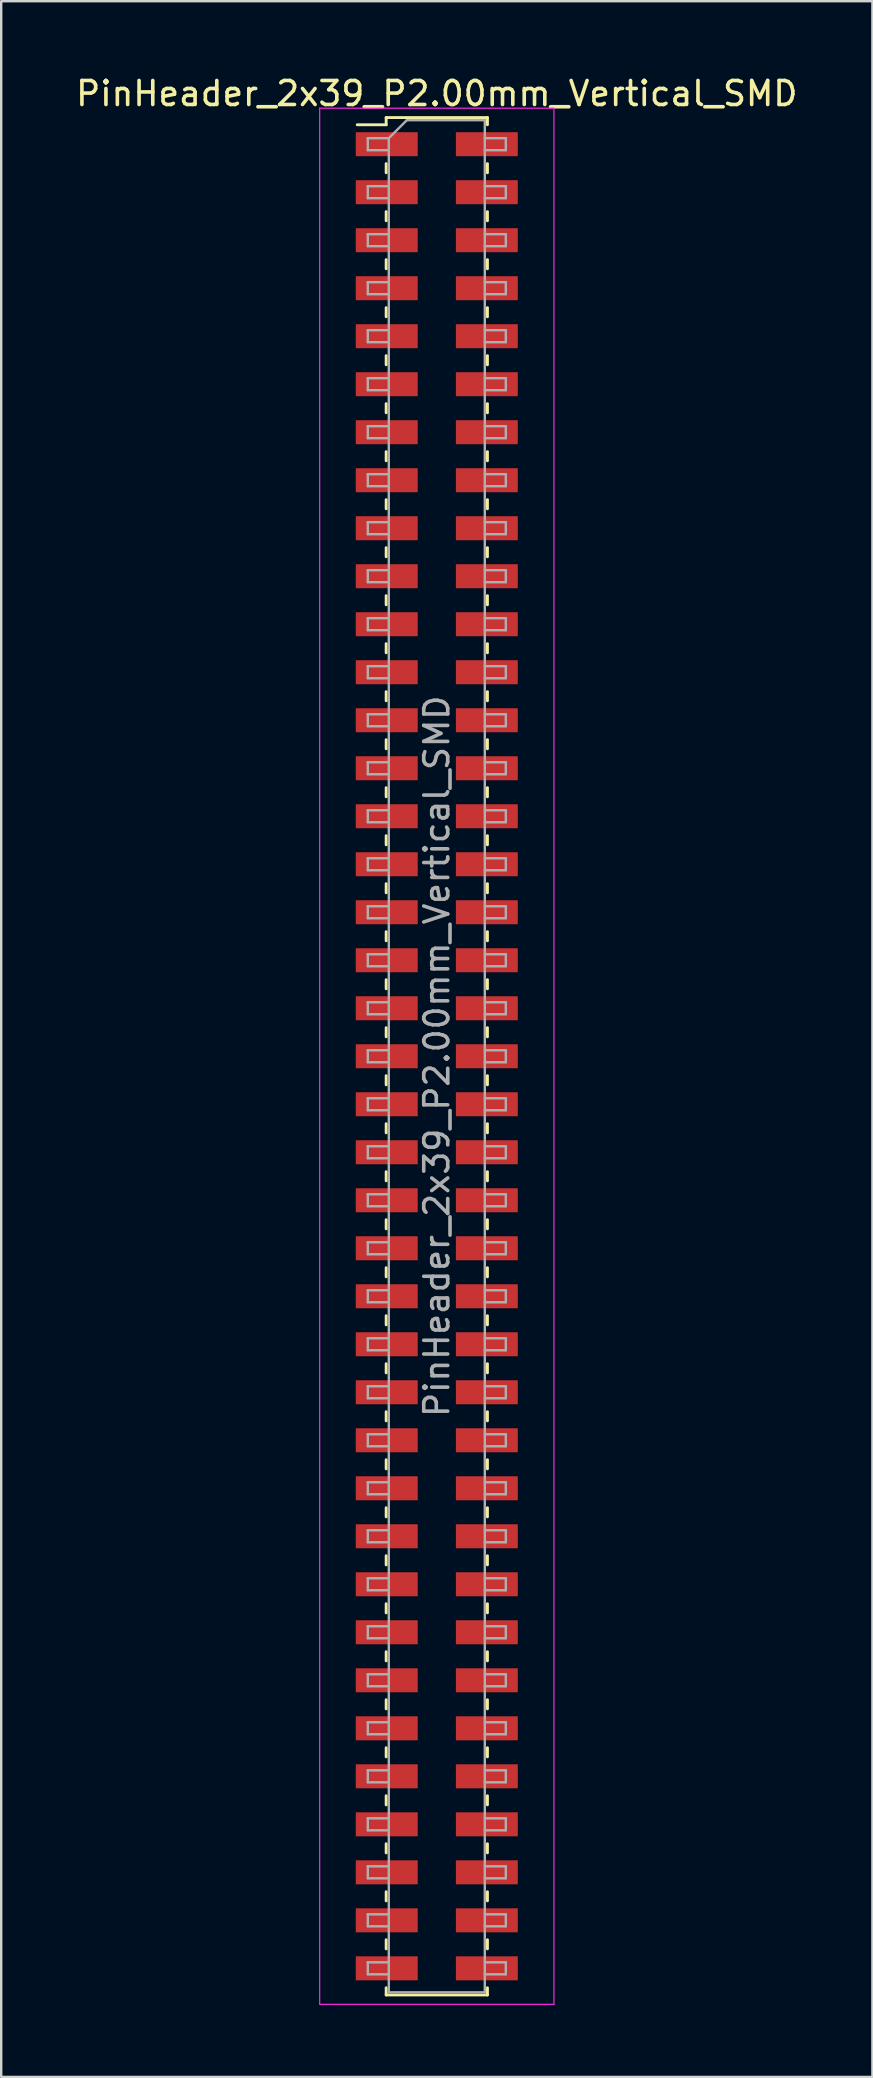
<source format=kicad_pcb>
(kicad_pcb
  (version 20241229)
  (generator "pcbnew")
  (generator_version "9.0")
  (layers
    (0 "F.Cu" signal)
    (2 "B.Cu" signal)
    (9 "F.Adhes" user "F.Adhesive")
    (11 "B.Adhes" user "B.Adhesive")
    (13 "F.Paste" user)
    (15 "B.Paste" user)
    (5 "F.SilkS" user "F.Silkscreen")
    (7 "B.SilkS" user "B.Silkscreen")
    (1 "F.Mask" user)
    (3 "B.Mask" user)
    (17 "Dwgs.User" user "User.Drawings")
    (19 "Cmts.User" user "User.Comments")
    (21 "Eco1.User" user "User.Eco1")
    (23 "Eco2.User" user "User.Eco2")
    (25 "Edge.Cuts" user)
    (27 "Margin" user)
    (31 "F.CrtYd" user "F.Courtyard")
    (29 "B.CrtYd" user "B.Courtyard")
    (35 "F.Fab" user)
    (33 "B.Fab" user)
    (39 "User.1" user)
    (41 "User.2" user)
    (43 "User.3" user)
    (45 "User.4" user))
  (footprint "PinHeader_2x39_P2.00mm_Vertical_SMD"
    (layer "F.Cu")
    (at 15.149 40.958)
    (property "Reference" "PinHeader_2x39_P2.00mm_Vertical_SMD" (at 0 -40.11 0) (layer "F.SilkS") (effects (font (size 1 1) (thickness 0.15))))
    (attr smd)
    (fp_line (start -3.315 -38.81) (end -2.11 -38.81) (stroke (width 0.12) (type solid)) (layer "F.SilkS"))
    (fp_line (start -2.11 -39.11) (end -2.11 -38.81) (stroke (width 0.12) (type solid)) (layer "F.SilkS"))
    (fp_line (start -2.11 -39.11) (end 2.11 -39.11) (stroke (width 0.12) (type solid)) (layer "F.SilkS"))
    (fp_line (start -2.11 -37.19) (end -2.11 -36.81) (stroke (width 0.12) (type solid)) (layer "F.SilkS"))
    (fp_line (start -2.11 -35.19) (end -2.11 -34.81) (stroke (width 0.12) (type solid)) (layer "F.SilkS"))
    (fp_line (start -2.11 -33.19) (end -2.11 -32.81) (stroke (width 0.12) (type solid)) (layer "F.SilkS"))
    (fp_line (start -2.11 -31.19) (end -2.11 -30.81) (stroke (width 0.12) (type solid)) (layer "F.SilkS"))
    (fp_line (start -2.11 -29.19) (end -2.11 -28.81) (stroke (width 0.12) (type solid)) (layer "F.SilkS"))
    (fp_line (start -2.11 -27.19) (end -2.11 -26.81) (stroke (width 0.12) (type solid)) (layer "F.SilkS"))
    (fp_line (start -2.11 -25.19) (end -2.11 -24.81) (stroke (width 0.12) (type solid)) (layer "F.SilkS"))
    (fp_line (start -2.11 -23.19) (end -2.11 -22.81) (stroke (width 0.12) (type solid)) (layer "F.SilkS"))
    (fp_line (start -2.11 -21.19) (end -2.11 -20.81) (stroke (width 0.12) (type solid)) (layer "F.SilkS"))
    (fp_line (start -2.11 -19.19) (end -2.11 -18.81) (stroke (width 0.12) (type solid)) (layer "F.SilkS"))
    (fp_line (start -2.11 -17.19) (end -2.11 -16.81) (stroke (width 0.12) (type solid)) (layer "F.SilkS"))
    (fp_line (start -2.11 -15.19) (end -2.11 -14.81) (stroke (width 0.12) (type solid)) (layer "F.SilkS"))
    (fp_line (start -2.11 -13.19) (end -2.11 -12.81) (stroke (width 0.12) (type solid)) (layer "F.SilkS"))
    (fp_line (start -2.11 -11.19) (end -2.11 -10.81) (stroke (width 0.12) (type solid)) (layer "F.SilkS"))
    (fp_line (start -2.11 -9.19) (end -2.11 -8.81) (stroke (width 0.12) (type solid)) (layer "F.SilkS"))
    (fp_line (start -2.11 -7.19) (end -2.11 -6.81) (stroke (width 0.12) (type solid)) (layer "F.SilkS"))
    (fp_line (start -2.11 -5.19) (end -2.11 -4.81) (stroke (width 0.12) (type solid)) (layer "F.SilkS"))
    (fp_line (start -2.11 -3.19) (end -2.11 -2.81) (stroke (width 0.12) (type solid)) (layer "F.SilkS"))
    (fp_line (start -2.11 -1.19) (end -2.11 -0.81) (stroke (width 0.12) (type solid)) (layer "F.SilkS"))
    (fp_line (start -2.11 0.81) (end -2.11 1.19) (stroke (width 0.12) (type solid)) (layer "F.SilkS"))
    (fp_line (start -2.11 2.81) (end -2.11 3.19) (stroke (width 0.12) (type solid)) (layer "F.SilkS"))
    (fp_line (start -2.11 4.81) (end -2.11 5.19) (stroke (width 0.12) (type solid)) (layer "F.SilkS"))
    (fp_line (start -2.11 6.81) (end -2.11 7.19) (stroke (width 0.12) (type solid)) (layer "F.SilkS"))
    (fp_line (start -2.11 8.81) (end -2.11 9.19) (stroke (width 0.12) (type solid)) (layer "F.SilkS"))
    (fp_line (start -2.11 10.81) (end -2.11 11.19) (stroke (width 0.12) (type solid)) (layer "F.SilkS"))
    (fp_line (start -2.11 12.81) (end -2.11 13.19) (stroke (width 0.12) (type solid)) (layer "F.SilkS"))
    (fp_line (start -2.11 14.81) (end -2.11 15.19) (stroke (width 0.12) (type solid)) (layer "F.SilkS"))
    (fp_line (start -2.11 16.81) (end -2.11 17.19) (stroke (width 0.12) (type solid)) (layer "F.SilkS"))
    (fp_line (start -2.11 18.81) (end -2.11 19.19) (stroke (width 0.12) (type solid)) (layer "F.SilkS"))
    (fp_line (start -2.11 20.81) (end -2.11 21.19) (stroke (width 0.12) (type solid)) (layer "F.SilkS"))
    (fp_line (start -2.11 22.81) (end -2.11 23.19) (stroke (width 0.12) (type solid)) (layer "F.SilkS"))
    (fp_line (start -2.11 24.81) (end -2.11 25.19) (stroke (width 0.12) (type solid)) (layer "F.SilkS"))
    (fp_line (start -2.11 26.81) (end -2.11 27.19) (stroke (width 0.12) (type solid)) (layer "F.SilkS"))
    (fp_line (start -2.11 28.81) (end -2.11 29.19) (stroke (width 0.12) (type solid)) (layer "F.SilkS"))
    (fp_line (start -2.11 30.81) (end -2.11 31.19) (stroke (width 0.12) (type solid)) (layer "F.SilkS"))
    (fp_line (start -2.11 32.81) (end -2.11 33.19) (stroke (width 0.12) (type solid)) (layer "F.SilkS"))
    (fp_line (start -2.11 34.81) (end -2.11 35.19) (stroke (width 0.12) (type solid)) (layer "F.SilkS"))
    (fp_line (start -2.11 36.81) (end -2.11 37.19) (stroke (width 0.12) (type solid)) (layer "F.SilkS"))
    (fp_line (start -2.11 38.81) (end -2.11 39.11) (stroke (width 0.12) (type solid)) (layer "F.SilkS"))
    (fp_line (start -2.11 39.11) (end 2.11 39.11) (stroke (width 0.12) (type solid)) (layer "F.SilkS"))
    (fp_line (start 2.11 -39.11) (end 2.11 -38.81) (stroke (width 0.12) (type solid)) (layer "F.SilkS"))
    (fp_line (start 2.11 -37.19) (end 2.11 -36.81) (stroke (width 0.12) (type solid)) (layer "F.SilkS"))
    (fp_line (start 2.11 -35.19) (end 2.11 -34.81) (stroke (width 0.12) (type solid)) (layer "F.SilkS"))
    (fp_line (start 2.11 -33.19) (end 2.11 -32.81) (stroke (width 0.12) (type solid)) (layer "F.SilkS"))
    (fp_line (start 2.11 -31.19) (end 2.11 -30.81) (stroke (width 0.12) (type solid)) (layer "F.SilkS"))
    (fp_line (start 2.11 -29.19) (end 2.11 -28.81) (stroke (width 0.12) (type solid)) (layer "F.SilkS"))
    (fp_line (start 2.11 -27.19) (end 2.11 -26.81) (stroke (width 0.12) (type solid)) (layer "F.SilkS"))
    (fp_line (start 2.11 -25.19) (end 2.11 -24.81) (stroke (width 0.12) (type solid)) (layer "F.SilkS"))
    (fp_line (start 2.11 -23.19) (end 2.11 -22.81) (stroke (width 0.12) (type solid)) (layer "F.SilkS"))
    (fp_line (start 2.11 -21.19) (end 2.11 -20.81) (stroke (width 0.12) (type solid)) (layer "F.SilkS"))
    (fp_line (start 2.11 -19.19) (end 2.11 -18.81) (stroke (width 0.12) (type solid)) (layer "F.SilkS"))
    (fp_line (start 2.11 -17.19) (end 2.11 -16.81) (stroke (width 0.12) (type solid)) (layer "F.SilkS"))
    (fp_line (start 2.11 -15.19) (end 2.11 -14.81) (stroke (width 0.12) (type solid)) (layer "F.SilkS"))
    (fp_line (start 2.11 -13.19) (end 2.11 -12.81) (stroke (width 0.12) (type solid)) (layer "F.SilkS"))
    (fp_line (start 2.11 -11.19) (end 2.11 -10.81) (stroke (width 0.12) (type solid)) (layer "F.SilkS"))
    (fp_line (start 2.11 -9.19) (end 2.11 -8.81) (stroke (width 0.12) (type solid)) (layer "F.SilkS"))
    (fp_line (start 2.11 -7.19) (end 2.11 -6.81) (stroke (width 0.12) (type solid)) (layer "F.SilkS"))
    (fp_line (start 2.11 -5.19) (end 2.11 -4.81) (stroke (width 0.12) (type solid)) (layer "F.SilkS"))
    (fp_line (start 2.11 -3.19) (end 2.11 -2.81) (stroke (width 0.12) (type solid)) (layer "F.SilkS"))
    (fp_line (start 2.11 -1.19) (end 2.11 -0.81) (stroke (width 0.12) (type solid)) (layer "F.SilkS"))
    (fp_line (start 2.11 0.81) (end 2.11 1.19) (stroke (width 0.12) (type solid)) (layer "F.SilkS"))
    (fp_line (start 2.11 2.81) (end 2.11 3.19) (stroke (width 0.12) (type solid)) (layer "F.SilkS"))
    (fp_line (start 2.11 4.81) (end 2.11 5.19) (stroke (width 0.12) (type solid)) (layer "F.SilkS"))
    (fp_line (start 2.11 6.81) (end 2.11 7.19) (stroke (width 0.12) (type solid)) (layer "F.SilkS"))
    (fp_line (start 2.11 8.81) (end 2.11 9.19) (stroke (width 0.12) (type solid)) (layer "F.SilkS"))
    (fp_line (start 2.11 10.81) (end 2.11 11.19) (stroke (width 0.12) (type solid)) (layer "F.SilkS"))
    (fp_line (start 2.11 12.81) (end 2.11 13.19) (stroke (width 0.12) (type solid)) (layer "F.SilkS"))
    (fp_line (start 2.11 14.81) (end 2.11 15.19) (stroke (width 0.12) (type solid)) (layer "F.SilkS"))
    (fp_line (start 2.11 16.81) (end 2.11 17.19) (stroke (width 0.12) (type solid)) (layer "F.SilkS"))
    (fp_line (start 2.11 18.81) (end 2.11 19.19) (stroke (width 0.12) (type solid)) (layer "F.SilkS"))
    (fp_line (start 2.11 20.81) (end 2.11 21.19) (stroke (width 0.12) (type solid)) (layer "F.SilkS"))
    (fp_line (start 2.11 22.81) (end 2.11 23.19) (stroke (width 0.12) (type solid)) (layer "F.SilkS"))
    (fp_line (start 2.11 24.81) (end 2.11 25.19) (stroke (width 0.12) (type solid)) (layer "F.SilkS"))
    (fp_line (start 2.11 26.81) (end 2.11 27.19) (stroke (width 0.12) (type solid)) (layer "F.SilkS"))
    (fp_line (start 2.11 28.81) (end 2.11 29.19) (stroke (width 0.12) (type solid)) (layer "F.SilkS"))
    (fp_line (start 2.11 30.81) (end 2.11 31.19) (stroke (width 0.12) (type solid)) (layer "F.SilkS"))
    (fp_line (start 2.11 32.81) (end 2.11 33.19) (stroke (width 0.12) (type solid)) (layer "F.SilkS"))
    (fp_line (start 2.11 34.81) (end 2.11 35.19) (stroke (width 0.12) (type solid)) (layer "F.SilkS"))
    (fp_line (start 2.11 36.81) (end 2.11 37.19) (stroke (width 0.12) (type solid)) (layer "F.SilkS"))
    (fp_line (start 2.11 38.81) (end 2.11 39.11) (stroke (width 0.12) (type solid)) (layer "F.SilkS"))
    (fp_line (start -4.88 -39.5) (end -4.88 39.5) (stroke (width 0.05) (type solid)) (layer "F.CrtYd"))
    (fp_line (start -4.88 39.5) (end 4.88 39.5) (stroke (width 0.05) (type solid)) (layer "F.CrtYd"))
    (fp_line (start 4.88 -39.5) (end -4.88 -39.5) (stroke (width 0.05) (type solid)) (layer "F.CrtYd"))
    (fp_line (start 4.88 39.5) (end 4.88 -39.5) (stroke (width 0.05) (type solid)) (layer "F.CrtYd"))
    (fp_line (start -2.875 -38.25) (end -2.875 -37.75) (stroke (width 0.1) (type solid)) (layer "F.Fab"))
    (fp_line (start -2.875 -37.75) (end -2 -37.75) (stroke (width 0.1) (type solid)) (layer "F.Fab"))
    (fp_line (start -2.875 -36.25) (end -2.875 -35.75) (stroke (width 0.1) (type solid)) (layer "F.Fab"))
    (fp_line (start -2.875 -35.75) (end -2 -35.75) (stroke (width 0.1) (type solid)) (layer "F.Fab"))
    (fp_line (start -2.875 -34.25) (end -2.875 -33.75) (stroke (width 0.1) (type solid)) (layer "F.Fab"))
    (fp_line (start -2.875 -33.75) (end -2 -33.75) (stroke (width 0.1) (type solid)) (layer "F.Fab"))
    (fp_line (start -2.875 -32.25) (end -2.875 -31.75) (stroke (width 0.1) (type solid)) (layer "F.Fab"))
    (fp_line (start -2.875 -31.75) (end -2 -31.75) (stroke (width 0.1) (type solid)) (layer "F.Fab"))
    (fp_line (start -2.875 -30.25) (end -2.875 -29.75) (stroke (width 0.1) (type solid)) (layer "F.Fab"))
    (fp_line (start -2.875 -29.75) (end -2 -29.75) (stroke (width 0.1) (type solid)) (layer "F.Fab"))
    (fp_line (start -2.875 -28.25) (end -2.875 -27.75) (stroke (width 0.1) (type solid)) (layer "F.Fab"))
    (fp_line (start -2.875 -27.75) (end -2 -27.75) (stroke (width 0.1) (type solid)) (layer "F.Fab"))
    (fp_line (start -2.875 -26.25) (end -2.875 -25.75) (stroke (width 0.1) (type solid)) (layer "F.Fab"))
    (fp_line (start -2.875 -25.75) (end -2 -25.75) (stroke (width 0.1) (type solid)) (layer "F.Fab"))
    (fp_line (start -2.875 -24.25) (end -2.875 -23.75) (stroke (width 0.1) (type solid)) (layer "F.Fab"))
    (fp_line (start -2.875 -23.75) (end -2 -23.75) (stroke (width 0.1) (type solid)) (layer "F.Fab"))
    (fp_line (start -2.875 -22.25) (end -2.875 -21.75) (stroke (width 0.1) (type solid)) (layer "F.Fab"))
    (fp_line (start -2.875 -21.75) (end -2 -21.75) (stroke (width 0.1) (type solid)) (layer "F.Fab"))
    (fp_line (start -2.875 -20.25) (end -2.875 -19.75) (stroke (width 0.1) (type solid)) (layer "F.Fab"))
    (fp_line (start -2.875 -19.75) (end -2 -19.75) (stroke (width 0.1) (type solid)) (layer "F.Fab"))
    (fp_line (start -2.875 -18.25) (end -2.875 -17.75) (stroke (width 0.1) (type solid)) (layer "F.Fab"))
    (fp_line (start -2.875 -17.75) (end -2 -17.75) (stroke (width 0.1) (type solid)) (layer "F.Fab"))
    (fp_line (start -2.875 -16.25) (end -2.875 -15.75) (stroke (width 0.1) (type solid)) (layer "F.Fab"))
    (fp_line (start -2.875 -15.75) (end -2 -15.75) (stroke (width 0.1) (type solid)) (layer "F.Fab"))
    (fp_line (start -2.875 -14.25) (end -2.875 -13.75) (stroke (width 0.1) (type solid)) (layer "F.Fab"))
    (fp_line (start -2.875 -13.75) (end -2 -13.75) (stroke (width 0.1) (type solid)) (layer "F.Fab"))
    (fp_line (start -2.875 -12.25) (end -2.875 -11.75) (stroke (width 0.1) (type solid)) (layer "F.Fab"))
    (fp_line (start -2.875 -11.75) (end -2 -11.75) (stroke (width 0.1) (type solid)) (layer "F.Fab"))
    (fp_line (start -2.875 -10.25) (end -2.875 -9.75) (stroke (width 0.1) (type solid)) (layer "F.Fab"))
    (fp_line (start -2.875 -9.75) (end -2 -9.75) (stroke (width 0.1) (type solid)) (layer "F.Fab"))
    (fp_line (start -2.875 -8.25) (end -2.875 -7.75) (stroke (width 0.1) (type solid)) (layer "F.Fab"))
    (fp_line (start -2.875 -7.75) (end -2 -7.75) (stroke (width 0.1) (type solid)) (layer "F.Fab"))
    (fp_line (start -2.875 -6.25) (end -2.875 -5.75) (stroke (width 0.1) (type solid)) (layer "F.Fab"))
    (fp_line (start -2.875 -5.75) (end -2 -5.75) (stroke (width 0.1) (type solid)) (layer "F.Fab"))
    (fp_line (start -2.875 -4.25) (end -2.875 -3.75) (stroke (width 0.1) (type solid)) (layer "F.Fab"))
    (fp_line (start -2.875 -3.75) (end -2 -3.75) (stroke (width 0.1) (type solid)) (layer "F.Fab"))
    (fp_line (start -2.875 -2.25) (end -2.875 -1.75) (stroke (width 0.1) (type solid)) (layer "F.Fab"))
    (fp_line (start -2.875 -1.75) (end -2 -1.75) (stroke (width 0.1) (type solid)) (layer "F.Fab"))
    (fp_line (start -2.875 -0.25) (end -2.875 0.25) (stroke (width 0.1) (type solid)) (layer "F.Fab"))
    (fp_line (start -2.875 0.25) (end -2 0.25) (stroke (width 0.1) (type solid)) (layer "F.Fab"))
    (fp_line (start -2.875 1.75) (end -2.875 2.25) (stroke (width 0.1) (type solid)) (layer "F.Fab"))
    (fp_line (start -2.875 2.25) (end -2 2.25) (stroke (width 0.1) (type solid)) (layer "F.Fab"))
    (fp_line (start -2.875 3.75) (end -2.875 4.25) (stroke (width 0.1) (type solid)) (layer "F.Fab"))
    (fp_line (start -2.875 4.25) (end -2 4.25) (stroke (width 0.1) (type solid)) (layer "F.Fab"))
    (fp_line (start -2.875 5.75) (end -2.875 6.25) (stroke (width 0.1) (type solid)) (layer "F.Fab"))
    (fp_line (start -2.875 6.25) (end -2 6.25) (stroke (width 0.1) (type solid)) (layer "F.Fab"))
    (fp_line (start -2.875 7.75) (end -2.875 8.25) (stroke (width 0.1) (type solid)) (layer "F.Fab"))
    (fp_line (start -2.875 8.25) (end -2 8.25) (stroke (width 0.1) (type solid)) (layer "F.Fab"))
    (fp_line (start -2.875 9.75) (end -2.875 10.25) (stroke (width 0.1) (type solid)) (layer "F.Fab"))
    (fp_line (start -2.875 10.25) (end -2 10.25) (stroke (width 0.1) (type solid)) (layer "F.Fab"))
    (fp_line (start -2.875 11.75) (end -2.875 12.25) (stroke (width 0.1) (type solid)) (layer "F.Fab"))
    (fp_line (start -2.875 12.25) (end -2 12.25) (stroke (width 0.1) (type solid)) (layer "F.Fab"))
    (fp_line (start -2.875 13.75) (end -2.875 14.25) (stroke (width 0.1) (type solid)) (layer "F.Fab"))
    (fp_line (start -2.875 14.25) (end -2 14.25) (stroke (width 0.1) (type solid)) (layer "F.Fab"))
    (fp_line (start -2.875 15.75) (end -2.875 16.25) (stroke (width 0.1) (type solid)) (layer "F.Fab"))
    (fp_line (start -2.875 16.25) (end -2 16.25) (stroke (width 0.1) (type solid)) (layer "F.Fab"))
    (fp_line (start -2.875 17.75) (end -2.875 18.25) (stroke (width 0.1) (type solid)) (layer "F.Fab"))
    (fp_line (start -2.875 18.25) (end -2 18.25) (stroke (width 0.1) (type solid)) (layer "F.Fab"))
    (fp_line (start -2.875 19.75) (end -2.875 20.25) (stroke (width 0.1) (type solid)) (layer "F.Fab"))
    (fp_line (start -2.875 20.25) (end -2 20.25) (stroke (width 0.1) (type solid)) (layer "F.Fab"))
    (fp_line (start -2.875 21.75) (end -2.875 22.25) (stroke (width 0.1) (type solid)) (layer "F.Fab"))
    (fp_line (start -2.875 22.25) (end -2 22.25) (stroke (width 0.1) (type solid)) (layer "F.Fab"))
    (fp_line (start -2.875 23.75) (end -2.875 24.25) (stroke (width 0.1) (type solid)) (layer "F.Fab"))
    (fp_line (start -2.875 24.25) (end -2 24.25) (stroke (width 0.1) (type solid)) (layer "F.Fab"))
    (fp_line (start -2.875 25.75) (end -2.875 26.25) (stroke (width 0.1) (type solid)) (layer "F.Fab"))
    (fp_line (start -2.875 26.25) (end -2 26.25) (stroke (width 0.1) (type solid)) (layer "F.Fab"))
    (fp_line (start -2.875 27.75) (end -2.875 28.25) (stroke (width 0.1) (type solid)) (layer "F.Fab"))
    (fp_line (start -2.875 28.25) (end -2 28.25) (stroke (width 0.1) (type solid)) (layer "F.Fab"))
    (fp_line (start -2.875 29.75) (end -2.875 30.25) (stroke (width 0.1) (type solid)) (layer "F.Fab"))
    (fp_line (start -2.875 30.25) (end -2 30.25) (stroke (width 0.1) (type solid)) (layer "F.Fab"))
    (fp_line (start -2.875 31.75) (end -2.875 32.25) (stroke (width 0.1) (type solid)) (layer "F.Fab"))
    (fp_line (start -2.875 32.25) (end -2 32.25) (stroke (width 0.1) (type solid)) (layer "F.Fab"))
    (fp_line (start -2.875 33.75) (end -2.875 34.25) (stroke (width 0.1) (type solid)) (layer "F.Fab"))
    (fp_line (start -2.875 34.25) (end -2 34.25) (stroke (width 0.1) (type solid)) (layer "F.Fab"))
    (fp_line (start -2.875 35.75) (end -2.875 36.25) (stroke (width 0.1) (type solid)) (layer "F.Fab"))
    (fp_line (start -2.875 36.25) (end -2 36.25) (stroke (width 0.1) (type solid)) (layer "F.Fab"))
    (fp_line (start -2.875 37.75) (end -2.875 38.25) (stroke (width 0.1) (type solid)) (layer "F.Fab"))
    (fp_line (start -2.875 38.25) (end -2 38.25) (stroke (width 0.1) (type solid)) (layer "F.Fab"))
    (fp_line (start -2 -38.25) (end -2.875 -38.25) (stroke (width 0.1) (type solid)) (layer "F.Fab"))
    (fp_line (start -2 -38.25) (end -1.25 -39) (stroke (width 0.1) (type solid)) (layer "F.Fab"))
    (fp_line (start -2 -36.25) (end -2.875 -36.25) (stroke (width 0.1) (type solid)) (layer "F.Fab"))
    (fp_line (start -2 -34.25) (end -2.875 -34.25) (stroke (width 0.1) (type solid)) (layer "F.Fab"))
    (fp_line (start -2 -32.25) (end -2.875 -32.25) (stroke (width 0.1) (type solid)) (layer "F.Fab"))
    (fp_line (start -2 -30.25) (end -2.875 -30.25) (stroke (width 0.1) (type solid)) (layer "F.Fab"))
    (fp_line (start -2 -28.25) (end -2.875 -28.25) (stroke (width 0.1) (type solid)) (layer "F.Fab"))
    (fp_line (start -2 -26.25) (end -2.875 -26.25) (stroke (width 0.1) (type solid)) (layer "F.Fab"))
    (fp_line (start -2 -24.25) (end -2.875 -24.25) (stroke (width 0.1) (type solid)) (layer "F.Fab"))
    (fp_line (start -2 -22.25) (end -2.875 -22.25) (stroke (width 0.1) (type solid)) (layer "F.Fab"))
    (fp_line (start -2 -20.25) (end -2.875 -20.25) (stroke (width 0.1) (type solid)) (layer "F.Fab"))
    (fp_line (start -2 -18.25) (end -2.875 -18.25) (stroke (width 0.1) (type solid)) (layer "F.Fab"))
    (fp_line (start -2 -16.25) (end -2.875 -16.25) (stroke (width 0.1) (type solid)) (layer "F.Fab"))
    (fp_line (start -2 -14.25) (end -2.875 -14.25) (stroke (width 0.1) (type solid)) (layer "F.Fab"))
    (fp_line (start -2 -12.25) (end -2.875 -12.25) (stroke (width 0.1) (type solid)) (layer "F.Fab"))
    (fp_line (start -2 -10.25) (end -2.875 -10.25) (stroke (width 0.1) (type solid)) (layer "F.Fab"))
    (fp_line (start -2 -8.25) (end -2.875 -8.25) (stroke (width 0.1) (type solid)) (layer "F.Fab"))
    (fp_line (start -2 -6.25) (end -2.875 -6.25) (stroke (width 0.1) (type solid)) (layer "F.Fab"))
    (fp_line (start -2 -4.25) (end -2.875 -4.25) (stroke (width 0.1) (type solid)) (layer "F.Fab"))
    (fp_line (start -2 -2.25) (end -2.875 -2.25) (stroke (width 0.1) (type solid)) (layer "F.Fab"))
    (fp_line (start -2 -0.25) (end -2.875 -0.25) (stroke (width 0.1) (type solid)) (layer "F.Fab"))
    (fp_line (start -2 1.75) (end -2.875 1.75) (stroke (width 0.1) (type solid)) (layer "F.Fab"))
    (fp_line (start -2 3.75) (end -2.875 3.75) (stroke (width 0.1) (type solid)) (layer "F.Fab"))
    (fp_line (start -2 5.75) (end -2.875 5.75) (stroke (width 0.1) (type solid)) (layer "F.Fab"))
    (fp_line (start -2 7.75) (end -2.875 7.75) (stroke (width 0.1) (type solid)) (layer "F.Fab"))
    (fp_line (start -2 9.75) (end -2.875 9.75) (stroke (width 0.1) (type solid)) (layer "F.Fab"))
    (fp_line (start -2 11.75) (end -2.875 11.75) (stroke (width 0.1) (type solid)) (layer "F.Fab"))
    (fp_line (start -2 13.75) (end -2.875 13.75) (stroke (width 0.1) (type solid)) (layer "F.Fab"))
    (fp_line (start -2 15.75) (end -2.875 15.75) (stroke (width 0.1) (type solid)) (layer "F.Fab"))
    (fp_line (start -2 17.75) (end -2.875 17.75) (stroke (width 0.1) (type solid)) (layer "F.Fab"))
    (fp_line (start -2 19.75) (end -2.875 19.75) (stroke (width 0.1) (type solid)) (layer "F.Fab"))
    (fp_line (start -2 21.75) (end -2.875 21.75) (stroke (width 0.1) (type solid)) (layer "F.Fab"))
    (fp_line (start -2 23.75) (end -2.875 23.75) (stroke (width 0.1) (type solid)) (layer "F.Fab"))
    (fp_line (start -2 25.75) (end -2.875 25.75) (stroke (width 0.1) (type solid)) (layer "F.Fab"))
    (fp_line (start -2 27.75) (end -2.875 27.75) (stroke (width 0.1) (type solid)) (layer "F.Fab"))
    (fp_line (start -2 29.75) (end -2.875 29.75) (stroke (width 0.1) (type solid)) (layer "F.Fab"))
    (fp_line (start -2 31.75) (end -2.875 31.75) (stroke (width 0.1) (type solid)) (layer "F.Fab"))
    (fp_line (start -2 33.75) (end -2.875 33.75) (stroke (width 0.1) (type solid)) (layer "F.Fab"))
    (fp_line (start -2 35.75) (end -2.875 35.75) (stroke (width 0.1) (type solid)) (layer "F.Fab"))
    (fp_line (start -2 37.75) (end -2.875 37.75) (stroke (width 0.1) (type solid)) (layer "F.Fab"))
    (fp_line (start -2 39) (end -2 -38.25) (stroke (width 0.1) (type solid)) (layer "F.Fab"))
    (fp_line (start -1.25 -39) (end 2 -39) (stroke (width 0.1) (type solid)) (layer "F.Fab"))
    (fp_line (start 2 -39) (end 2 39) (stroke (width 0.1) (type solid)) (layer "F.Fab"))
    (fp_line (start 2 -38.25) (end 2.875 -38.25) (stroke (width 0.1) (type solid)) (layer "F.Fab"))
    (fp_line (start 2 -36.25) (end 2.875 -36.25) (stroke (width 0.1) (type solid)) (layer "F.Fab"))
    (fp_line (start 2 -34.25) (end 2.875 -34.25) (stroke (width 0.1) (type solid)) (layer "F.Fab"))
    (fp_line (start 2 -32.25) (end 2.875 -32.25) (stroke (width 0.1) (type solid)) (layer "F.Fab"))
    (fp_line (start 2 -30.25) (end 2.875 -30.25) (stroke (width 0.1) (type solid)) (layer "F.Fab"))
    (fp_line (start 2 -28.25) (end 2.875 -28.25) (stroke (width 0.1) (type solid)) (layer "F.Fab"))
    (fp_line (start 2 -26.25) (end 2.875 -26.25) (stroke (width 0.1) (type solid)) (layer "F.Fab"))
    (fp_line (start 2 -24.25) (end 2.875 -24.25) (stroke (width 0.1) (type solid)) (layer "F.Fab"))
    (fp_line (start 2 -22.25) (end 2.875 -22.25) (stroke (width 0.1) (type solid)) (layer "F.Fab"))
    (fp_line (start 2 -20.25) (end 2.875 -20.25) (stroke (width 0.1) (type solid)) (layer "F.Fab"))
    (fp_line (start 2 -18.25) (end 2.875 -18.25) (stroke (width 0.1) (type solid)) (layer "F.Fab"))
    (fp_line (start 2 -16.25) (end 2.875 -16.25) (stroke (width 0.1) (type solid)) (layer "F.Fab"))
    (fp_line (start 2 -14.25) (end 2.875 -14.25) (stroke (width 0.1) (type solid)) (layer "F.Fab"))
    (fp_line (start 2 -12.25) (end 2.875 -12.25) (stroke (width 0.1) (type solid)) (layer "F.Fab"))
    (fp_line (start 2 -10.25) (end 2.875 -10.25) (stroke (width 0.1) (type solid)) (layer "F.Fab"))
    (fp_line (start 2 -8.25) (end 2.875 -8.25) (stroke (width 0.1) (type solid)) (layer "F.Fab"))
    (fp_line (start 2 -6.25) (end 2.875 -6.25) (stroke (width 0.1) (type solid)) (layer "F.Fab"))
    (fp_line (start 2 -4.25) (end 2.875 -4.25) (stroke (width 0.1) (type solid)) (layer "F.Fab"))
    (fp_line (start 2 -2.25) (end 2.875 -2.25) (stroke (width 0.1) (type solid)) (layer "F.Fab"))
    (fp_line (start 2 -0.25) (end 2.875 -0.25) (stroke (width 0.1) (type solid)) (layer "F.Fab"))
    (fp_line (start 2 1.75) (end 2.875 1.75) (stroke (width 0.1) (type solid)) (layer "F.Fab"))
    (fp_line (start 2 3.75) (end 2.875 3.75) (stroke (width 0.1) (type solid)) (layer "F.Fab"))
    (fp_line (start 2 5.75) (end 2.875 5.75) (stroke (width 0.1) (type solid)) (layer "F.Fab"))
    (fp_line (start 2 7.75) (end 2.875 7.75) (stroke (width 0.1) (type solid)) (layer "F.Fab"))
    (fp_line (start 2 9.75) (end 2.875 9.75) (stroke (width 0.1) (type solid)) (layer "F.Fab"))
    (fp_line (start 2 11.75) (end 2.875 11.75) (stroke (width 0.1) (type solid)) (layer "F.Fab"))
    (fp_line (start 2 13.75) (end 2.875 13.75) (stroke (width 0.1) (type solid)) (layer "F.Fab"))
    (fp_line (start 2 15.75) (end 2.875 15.75) (stroke (width 0.1) (type solid)) (layer "F.Fab"))
    (fp_line (start 2 17.75) (end 2.875 17.75) (stroke (width 0.1) (type solid)) (layer "F.Fab"))
    (fp_line (start 2 19.75) (end 2.875 19.75) (stroke (width 0.1) (type solid)) (layer "F.Fab"))
    (fp_line (start 2 21.75) (end 2.875 21.75) (stroke (width 0.1) (type solid)) (layer "F.Fab"))
    (fp_line (start 2 23.75) (end 2.875 23.75) (stroke (width 0.1) (type solid)) (layer "F.Fab"))
    (fp_line (start 2 25.75) (end 2.875 25.75) (stroke (width 0.1) (type solid)) (layer "F.Fab"))
    (fp_line (start 2 27.75) (end 2.875 27.75) (stroke (width 0.1) (type solid)) (layer "F.Fab"))
    (fp_line (start 2 29.75) (end 2.875 29.75) (stroke (width 0.1) (type solid)) (layer "F.Fab"))
    (fp_line (start 2 31.75) (end 2.875 31.75) (stroke (width 0.1) (type solid)) (layer "F.Fab"))
    (fp_line (start 2 33.75) (end 2.875 33.75) (stroke (width 0.1) (type solid)) (layer "F.Fab"))
    (fp_line (start 2 35.75) (end 2.875 35.75) (stroke (width 0.1) (type solid)) (layer "F.Fab"))
    (fp_line (start 2 37.75) (end 2.875 37.75) (stroke (width 0.1) (type solid)) (layer "F.Fab"))
    (fp_line (start 2 39) (end -2 39) (stroke (width 0.1) (type solid)) (layer "F.Fab"))
    (fp_line (start 2.875 -38.25) (end 2.875 -37.75) (stroke (width 0.1) (type solid)) (layer "F.Fab"))
    (fp_line (start 2.875 -37.75) (end 2 -37.75) (stroke (width 0.1) (type solid)) (layer "F.Fab"))
    (fp_line (start 2.875 -36.25) (end 2.875 -35.75) (stroke (width 0.1) (type solid)) (layer "F.Fab"))
    (fp_line (start 2.875 -35.75) (end 2 -35.75) (stroke (width 0.1) (type solid)) (layer "F.Fab"))
    (fp_line (start 2.875 -34.25) (end 2.875 -33.75) (stroke (width 0.1) (type solid)) (layer "F.Fab"))
    (fp_line (start 2.875 -33.75) (end 2 -33.75) (stroke (width 0.1) (type solid)) (layer "F.Fab"))
    (fp_line (start 2.875 -32.25) (end 2.875 -31.75) (stroke (width 0.1) (type solid)) (layer "F.Fab"))
    (fp_line (start 2.875 -31.75) (end 2 -31.75) (stroke (width 0.1) (type solid)) (layer "F.Fab"))
    (fp_line (start 2.875 -30.25) (end 2.875 -29.75) (stroke (width 0.1) (type solid)) (layer "F.Fab"))
    (fp_line (start 2.875 -29.75) (end 2 -29.75) (stroke (width 0.1) (type solid)) (layer "F.Fab"))
    (fp_line (start 2.875 -28.25) (end 2.875 -27.75) (stroke (width 0.1) (type solid)) (layer "F.Fab"))
    (fp_line (start 2.875 -27.75) (end 2 -27.75) (stroke (width 0.1) (type solid)) (layer "F.Fab"))
    (fp_line (start 2.875 -26.25) (end 2.875 -25.75) (stroke (width 0.1) (type solid)) (layer "F.Fab"))
    (fp_line (start 2.875 -25.75) (end 2 -25.75) (stroke (width 0.1) (type solid)) (layer "F.Fab"))
    (fp_line (start 2.875 -24.25) (end 2.875 -23.75) (stroke (width 0.1) (type solid)) (layer "F.Fab"))
    (fp_line (start 2.875 -23.75) (end 2 -23.75) (stroke (width 0.1) (type solid)) (layer "F.Fab"))
    (fp_line (start 2.875 -22.25) (end 2.875 -21.75) (stroke (width 0.1) (type solid)) (layer "F.Fab"))
    (fp_line (start 2.875 -21.75) (end 2 -21.75) (stroke (width 0.1) (type solid)) (layer "F.Fab"))
    (fp_line (start 2.875 -20.25) (end 2.875 -19.75) (stroke (width 0.1) (type solid)) (layer "F.Fab"))
    (fp_line (start 2.875 -19.75) (end 2 -19.75) (stroke (width 0.1) (type solid)) (layer "F.Fab"))
    (fp_line (start 2.875 -18.25) (end 2.875 -17.75) (stroke (width 0.1) (type solid)) (layer "F.Fab"))
    (fp_line (start 2.875 -17.75) (end 2 -17.75) (stroke (width 0.1) (type solid)) (layer "F.Fab"))
    (fp_line (start 2.875 -16.25) (end 2.875 -15.75) (stroke (width 0.1) (type solid)) (layer "F.Fab"))
    (fp_line (start 2.875 -15.75) (end 2 -15.75) (stroke (width 0.1) (type solid)) (layer "F.Fab"))
    (fp_line (start 2.875 -14.25) (end 2.875 -13.75) (stroke (width 0.1) (type solid)) (layer "F.Fab"))
    (fp_line (start 2.875 -13.75) (end 2 -13.75) (stroke (width 0.1) (type solid)) (layer "F.Fab"))
    (fp_line (start 2.875 -12.25) (end 2.875 -11.75) (stroke (width 0.1) (type solid)) (layer "F.Fab"))
    (fp_line (start 2.875 -11.75) (end 2 -11.75) (stroke (width 0.1) (type solid)) (layer "F.Fab"))
    (fp_line (start 2.875 -10.25) (end 2.875 -9.75) (stroke (width 0.1) (type solid)) (layer "F.Fab"))
    (fp_line (start 2.875 -9.75) (end 2 -9.75) (stroke (width 0.1) (type solid)) (layer "F.Fab"))
    (fp_line (start 2.875 -8.25) (end 2.875 -7.75) (stroke (width 0.1) (type solid)) (layer "F.Fab"))
    (fp_line (start 2.875 -7.75) (end 2 -7.75) (stroke (width 0.1) (type solid)) (layer "F.Fab"))
    (fp_line (start 2.875 -6.25) (end 2.875 -5.75) (stroke (width 0.1) (type solid)) (layer "F.Fab"))
    (fp_line (start 2.875 -5.75) (end 2 -5.75) (stroke (width 0.1) (type solid)) (layer "F.Fab"))
    (fp_line (start 2.875 -4.25) (end 2.875 -3.75) (stroke (width 0.1) (type solid)) (layer "F.Fab"))
    (fp_line (start 2.875 -3.75) (end 2 -3.75) (stroke (width 0.1) (type solid)) (layer "F.Fab"))
    (fp_line (start 2.875 -2.25) (end 2.875 -1.75) (stroke (width 0.1) (type solid)) (layer "F.Fab"))
    (fp_line (start 2.875 -1.75) (end 2 -1.75) (stroke (width 0.1) (type solid)) (layer "F.Fab"))
    (fp_line (start 2.875 -0.25) (end 2.875 0.25) (stroke (width 0.1) (type solid)) (layer "F.Fab"))
    (fp_line (start 2.875 0.25) (end 2 0.25) (stroke (width 0.1) (type solid)) (layer "F.Fab"))
    (fp_line (start 2.875 1.75) (end 2.875 2.25) (stroke (width 0.1) (type solid)) (layer "F.Fab"))
    (fp_line (start 2.875 2.25) (end 2 2.25) (stroke (width 0.1) (type solid)) (layer "F.Fab"))
    (fp_line (start 2.875 3.75) (end 2.875 4.25) (stroke (width 0.1) (type solid)) (layer "F.Fab"))
    (fp_line (start 2.875 4.25) (end 2 4.25) (stroke (width 0.1) (type solid)) (layer "F.Fab"))
    (fp_line (start 2.875 5.75) (end 2.875 6.25) (stroke (width 0.1) (type solid)) (layer "F.Fab"))
    (fp_line (start 2.875 6.25) (end 2 6.25) (stroke (width 0.1) (type solid)) (layer "F.Fab"))
    (fp_line (start 2.875 7.75) (end 2.875 8.25) (stroke (width 0.1) (type solid)) (layer "F.Fab"))
    (fp_line (start 2.875 8.25) (end 2 8.25) (stroke (width 0.1) (type solid)) (layer "F.Fab"))
    (fp_line (start 2.875 9.75) (end 2.875 10.25) (stroke (width 0.1) (type solid)) (layer "F.Fab"))
    (fp_line (start 2.875 10.25) (end 2 10.25) (stroke (width 0.1) (type solid)) (layer "F.Fab"))
    (fp_line (start 2.875 11.75) (end 2.875 12.25) (stroke (width 0.1) (type solid)) (layer "F.Fab"))
    (fp_line (start 2.875 12.25) (end 2 12.25) (stroke (width 0.1) (type solid)) (layer "F.Fab"))
    (fp_line (start 2.875 13.75) (end 2.875 14.25) (stroke (width 0.1) (type solid)) (layer "F.Fab"))
    (fp_line (start 2.875 14.25) (end 2 14.25) (stroke (width 0.1) (type solid)) (layer "F.Fab"))
    (fp_line (start 2.875 15.75) (end 2.875 16.25) (stroke (width 0.1) (type solid)) (layer "F.Fab"))
    (fp_line (start 2.875 16.25) (end 2 16.25) (stroke (width 0.1) (type solid)) (layer "F.Fab"))
    (fp_line (start 2.875 17.75) (end 2.875 18.25) (stroke (width 0.1) (type solid)) (layer "F.Fab"))
    (fp_line (start 2.875 18.25) (end 2 18.25) (stroke (width 0.1) (type solid)) (layer "F.Fab"))
    (fp_line (start 2.875 19.75) (end 2.875 20.25) (stroke (width 0.1) (type solid)) (layer "F.Fab"))
    (fp_line (start 2.875 20.25) (end 2 20.25) (stroke (width 0.1) (type solid)) (layer "F.Fab"))
    (fp_line (start 2.875 21.75) (end 2.875 22.25) (stroke (width 0.1) (type solid)) (layer "F.Fab"))
    (fp_line (start 2.875 22.25) (end 2 22.25) (stroke (width 0.1) (type solid)) (layer "F.Fab"))
    (fp_line (start 2.875 23.75) (end 2.875 24.25) (stroke (width 0.1) (type solid)) (layer "F.Fab"))
    (fp_line (start 2.875 24.25) (end 2 24.25) (stroke (width 0.1) (type solid)) (layer "F.Fab"))
    (fp_line (start 2.875 25.75) (end 2.875 26.25) (stroke (width 0.1) (type solid)) (layer "F.Fab"))
    (fp_line (start 2.875 26.25) (end 2 26.25) (stroke (width 0.1) (type solid)) (layer "F.Fab"))
    (fp_line (start 2.875 27.75) (end 2.875 28.25) (stroke (width 0.1) (type solid)) (layer "F.Fab"))
    (fp_line (start 2.875 28.25) (end 2 28.25) (stroke (width 0.1) (type solid)) (layer "F.Fab"))
    (fp_line (start 2.875 29.75) (end 2.875 30.25) (stroke (width 0.1) (type solid)) (layer "F.Fab"))
    (fp_line (start 2.875 30.25) (end 2 30.25) (stroke (width 0.1) (type solid)) (layer "F.Fab"))
    (fp_line (start 2.875 31.75) (end 2.875 32.25) (stroke (width 0.1) (type solid)) (layer "F.Fab"))
    (fp_line (start 2.875 32.25) (end 2 32.25) (stroke (width 0.1) (type solid)) (layer "F.Fab"))
    (fp_line (start 2.875 33.75) (end 2.875 34.25) (stroke (width 0.1) (type solid)) (layer "F.Fab"))
    (fp_line (start 2.875 34.25) (end 2 34.25) (stroke (width 0.1) (type solid)) (layer "F.Fab"))
    (fp_line (start 2.875 35.75) (end 2.875 36.25) (stroke (width 0.1) (type solid)) (layer "F.Fab"))
    (fp_line (start 2.875 36.25) (end 2 36.25) (stroke (width 0.1) (type solid)) (layer "F.Fab"))
    (fp_line (start 2.875 37.75) (end 2.875 38.25) (stroke (width 0.1) (type solid)) (layer "F.Fab"))
    (fp_line (start 2.875 38.25) (end 2 38.25) (stroke (width 0.1) (type solid)) (layer "F.Fab"))
    (fp_text user "${REFERENCE}" (at 0 0 90) (layer "F.Fab") (effects (font (size 1 1) (thickness 0.15))))
    (pad "1" smd rect (at -2.085 -38) (size 2.58 1) (layers "F.Cu" "F.Mask" "F.Paste"))
    (pad "2" smd rect (at 2.085 -38) (size 2.58 1) (layers "F.Cu" "F.Mask" "F.Paste"))
    (pad "3" smd rect (at -2.085 -36) (size 2.58 1) (layers "F.Cu" "F.Mask" "F.Paste"))
    (pad "4" smd rect (at 2.085 -36) (size 2.58 1) (layers "F.Cu" "F.Mask" "F.Paste"))
    (pad "5" smd rect (at -2.085 -34) (size 2.58 1) (layers "F.Cu" "F.Mask" "F.Paste"))
    (pad "6" smd rect (at 2.085 -34) (size 2.58 1) (layers "F.Cu" "F.Mask" "F.Paste"))
    (pad "7" smd rect (at -2.085 -32) (size 2.58 1) (layers "F.Cu" "F.Mask" "F.Paste"))
    (pad "8" smd rect (at 2.085 -32) (size 2.58 1) (layers "F.Cu" "F.Mask" "F.Paste"))
    (pad "9" smd rect (at -2.085 -30) (size 2.58 1) (layers "F.Cu" "F.Mask" "F.Paste"))
    (pad "10" smd rect (at 2.085 -30) (size 2.58 1) (layers "F.Cu" "F.Mask" "F.Paste"))
    (pad "11" smd rect (at -2.085 -28) (size 2.58 1) (layers "F.Cu" "F.Mask" "F.Paste"))
    (pad "12" smd rect (at 2.085 -28) (size 2.58 1) (layers "F.Cu" "F.Mask" "F.Paste"))
    (pad "13" smd rect (at -2.085 -26) (size 2.58 1) (layers "F.Cu" "F.Mask" "F.Paste"))
    (pad "14" smd rect (at 2.085 -26) (size 2.58 1) (layers "F.Cu" "F.Mask" "F.Paste"))
    (pad "15" smd rect (at -2.085 -24) (size 2.58 1) (layers "F.Cu" "F.Mask" "F.Paste"))
    (pad "16" smd rect (at 2.085 -24) (size 2.58 1) (layers "F.Cu" "F.Mask" "F.Paste"))
    (pad "17" smd rect (at -2.085 -22) (size 2.58 1) (layers "F.Cu" "F.Mask" "F.Paste"))
    (pad "18" smd rect (at 2.085 -22) (size 2.58 1) (layers "F.Cu" "F.Mask" "F.Paste"))
    (pad "19" smd rect (at -2.085 -20) (size 2.58 1) (layers "F.Cu" "F.Mask" "F.Paste"))
    (pad "20" smd rect (at 2.085 -20) (size 2.58 1) (layers "F.Cu" "F.Mask" "F.Paste"))
    (pad "21" smd rect (at -2.085 -18) (size 2.58 1) (layers "F.Cu" "F.Mask" "F.Paste"))
    (pad "22" smd rect (at 2.085 -18) (size 2.58 1) (layers "F.Cu" "F.Mask" "F.Paste"))
    (pad "23" smd rect (at -2.085 -16) (size 2.58 1) (layers "F.Cu" "F.Mask" "F.Paste"))
    (pad "24" smd rect (at 2.085 -16) (size 2.58 1) (layers "F.Cu" "F.Mask" "F.Paste"))
    (pad "25" smd rect (at -2.085 -14) (size 2.58 1) (layers "F.Cu" "F.Mask" "F.Paste"))
    (pad "26" smd rect (at 2.085 -14) (size 2.58 1) (layers "F.Cu" "F.Mask" "F.Paste"))
    (pad "27" smd rect (at -2.085 -12) (size 2.58 1) (layers "F.Cu" "F.Mask" "F.Paste"))
    (pad "28" smd rect (at 2.085 -12) (size 2.58 1) (layers "F.Cu" "F.Mask" "F.Paste"))
    (pad "29" smd rect (at -2.085 -10) (size 2.58 1) (layers "F.Cu" "F.Mask" "F.Paste"))
    (pad "30" smd rect (at 2.085 -10) (size 2.58 1) (layers "F.Cu" "F.Mask" "F.Paste"))
    (pad "31" smd rect (at -2.085 -8) (size 2.58 1) (layers "F.Cu" "F.Mask" "F.Paste"))
    (pad "32" smd rect (at 2.085 -8) (size 2.58 1) (layers "F.Cu" "F.Mask" "F.Paste"))
    (pad "33" smd rect (at -2.085 -6) (size 2.58 1) (layers "F.Cu" "F.Mask" "F.Paste"))
    (pad "34" smd rect (at 2.085 -6) (size 2.58 1) (layers "F.Cu" "F.Mask" "F.Paste"))
    (pad "35" smd rect (at -2.085 -4) (size 2.58 1) (layers "F.Cu" "F.Mask" "F.Paste"))
    (pad "36" smd rect (at 2.085 -4) (size 2.58 1) (layers "F.Cu" "F.Mask" "F.Paste"))
    (pad "37" smd rect (at -2.085 -2) (size 2.58 1) (layers "F.Cu" "F.Mask" "F.Paste"))
    (pad "38" smd rect (at 2.085 -2) (size 2.58 1) (layers "F.Cu" "F.Mask" "F.Paste"))
    (pad "39" smd rect (at -2.085 0) (size 2.58 1) (layers "F.Cu" "F.Mask" "F.Paste"))
    (pad "40" smd rect (at 2.085 0) (size 2.58 1) (layers "F.Cu" "F.Mask" "F.Paste"))
    (pad "41" smd rect (at -2.085 2) (size 2.58 1) (layers "F.Cu" "F.Mask" "F.Paste"))
    (pad "42" smd rect (at 2.085 2) (size 2.58 1) (layers "F.Cu" "F.Mask" "F.Paste"))
    (pad "43" smd rect (at -2.085 4) (size 2.58 1) (layers "F.Cu" "F.Mask" "F.Paste"))
    (pad "44" smd rect (at 2.085 4) (size 2.58 1) (layers "F.Cu" "F.Mask" "F.Paste"))
    (pad "45" smd rect (at -2.085 6) (size 2.58 1) (layers "F.Cu" "F.Mask" "F.Paste"))
    (pad "46" smd rect (at 2.085 6) (size 2.58 1) (layers "F.Cu" "F.Mask" "F.Paste"))
    (pad "47" smd rect (at -2.085 8) (size 2.58 1) (layers "F.Cu" "F.Mask" "F.Paste"))
    (pad "48" smd rect (at 2.085 8) (size 2.58 1) (layers "F.Cu" "F.Mask" "F.Paste"))
    (pad "49" smd rect (at -2.085 10) (size 2.58 1) (layers "F.Cu" "F.Mask" "F.Paste"))
    (pad "50" smd rect (at 2.085 10) (size 2.58 1) (layers "F.Cu" "F.Mask" "F.Paste"))
    (pad "51" smd rect (at -2.085 12) (size 2.58 1) (layers "F.Cu" "F.Mask" "F.Paste"))
    (pad "52" smd rect (at 2.085 12) (size 2.58 1) (layers "F.Cu" "F.Mask" "F.Paste"))
    (pad "53" smd rect (at -2.085 14) (size 2.58 1) (layers "F.Cu" "F.Mask" "F.Paste"))
    (pad "54" smd rect (at 2.085 14) (size 2.58 1) (layers "F.Cu" "F.Mask" "F.Paste"))
    (pad "55" smd rect (at -2.085 16) (size 2.58 1) (layers "F.Cu" "F.Mask" "F.Paste"))
    (pad "56" smd rect (at 2.085 16) (size 2.58 1) (layers "F.Cu" "F.Mask" "F.Paste"))
    (pad "57" smd rect (at -2.085 18) (size 2.58 1) (layers "F.Cu" "F.Mask" "F.Paste"))
    (pad "58" smd rect (at 2.085 18) (size 2.58 1) (layers "F.Cu" "F.Mask" "F.Paste"))
    (pad "59" smd rect (at -2.085 20) (size 2.58 1) (layers "F.Cu" "F.Mask" "F.Paste"))
    (pad "60" smd rect (at 2.085 20) (size 2.58 1) (layers "F.Cu" "F.Mask" "F.Paste"))
    (pad "61" smd rect (at -2.085 22) (size 2.58 1) (layers "F.Cu" "F.Mask" "F.Paste"))
    (pad "62" smd rect (at 2.085 22) (size 2.58 1) (layers "F.Cu" "F.Mask" "F.Paste"))
    (pad "63" smd rect (at -2.085 24) (size 2.58 1) (layers "F.Cu" "F.Mask" "F.Paste"))
    (pad "64" smd rect (at 2.085 24) (size 2.58 1) (layers "F.Cu" "F.Mask" "F.Paste"))
    (pad "65" smd rect (at -2.085 26) (size 2.58 1) (layers "F.Cu" "F.Mask" "F.Paste"))
    (pad "66" smd rect (at 2.085 26) (size 2.58 1) (layers "F.Cu" "F.Mask" "F.Paste"))
    (pad "67" smd rect (at -2.085 28) (size 2.58 1) (layers "F.Cu" "F.Mask" "F.Paste"))
    (pad "68" smd rect (at 2.085 28) (size 2.58 1) (layers "F.Cu" "F.Mask" "F.Paste"))
    (pad "69" smd rect (at -2.085 30) (size 2.58 1) (layers "F.Cu" "F.Mask" "F.Paste"))
    (pad "70" smd rect (at 2.085 30) (size 2.58 1) (layers "F.Cu" "F.Mask" "F.Paste"))
    (pad "71" smd rect (at -2.085 32) (size 2.58 1) (layers "F.Cu" "F.Mask" "F.Paste"))
    (pad "72" smd rect (at 2.085 32) (size 2.58 1) (layers "F.Cu" "F.Mask" "F.Paste"))
    (pad "73" smd rect (at -2.085 34) (size 2.58 1) (layers "F.Cu" "F.Mask" "F.Paste"))
    (pad "74" smd rect (at 2.085 34) (size 2.58 1) (layers "F.Cu" "F.Mask" "F.Paste"))
    (pad "75" smd rect (at -2.085 36) (size 2.58 1) (layers "F.Cu" "F.Mask" "F.Paste"))
    (pad "76" smd rect (at 2.085 36) (size 2.58 1) (layers "F.Cu" "F.Mask" "F.Paste"))
    (pad "77" smd rect (at -2.085 38) (size 2.58 1) (layers "F.Cu" "F.Mask" "F.Paste"))
    (pad "78" smd rect (at 2.085 38) (size 2.58 1) (layers "F.Cu" "F.Mask" "F.Paste")))
  (gr_rect
    (start -3 -3)
    (end 33.298 83.483)
    (stroke (width 0.1) (type default))
    (fill no)
    (layer "Edge.Cuts")))
</source>
